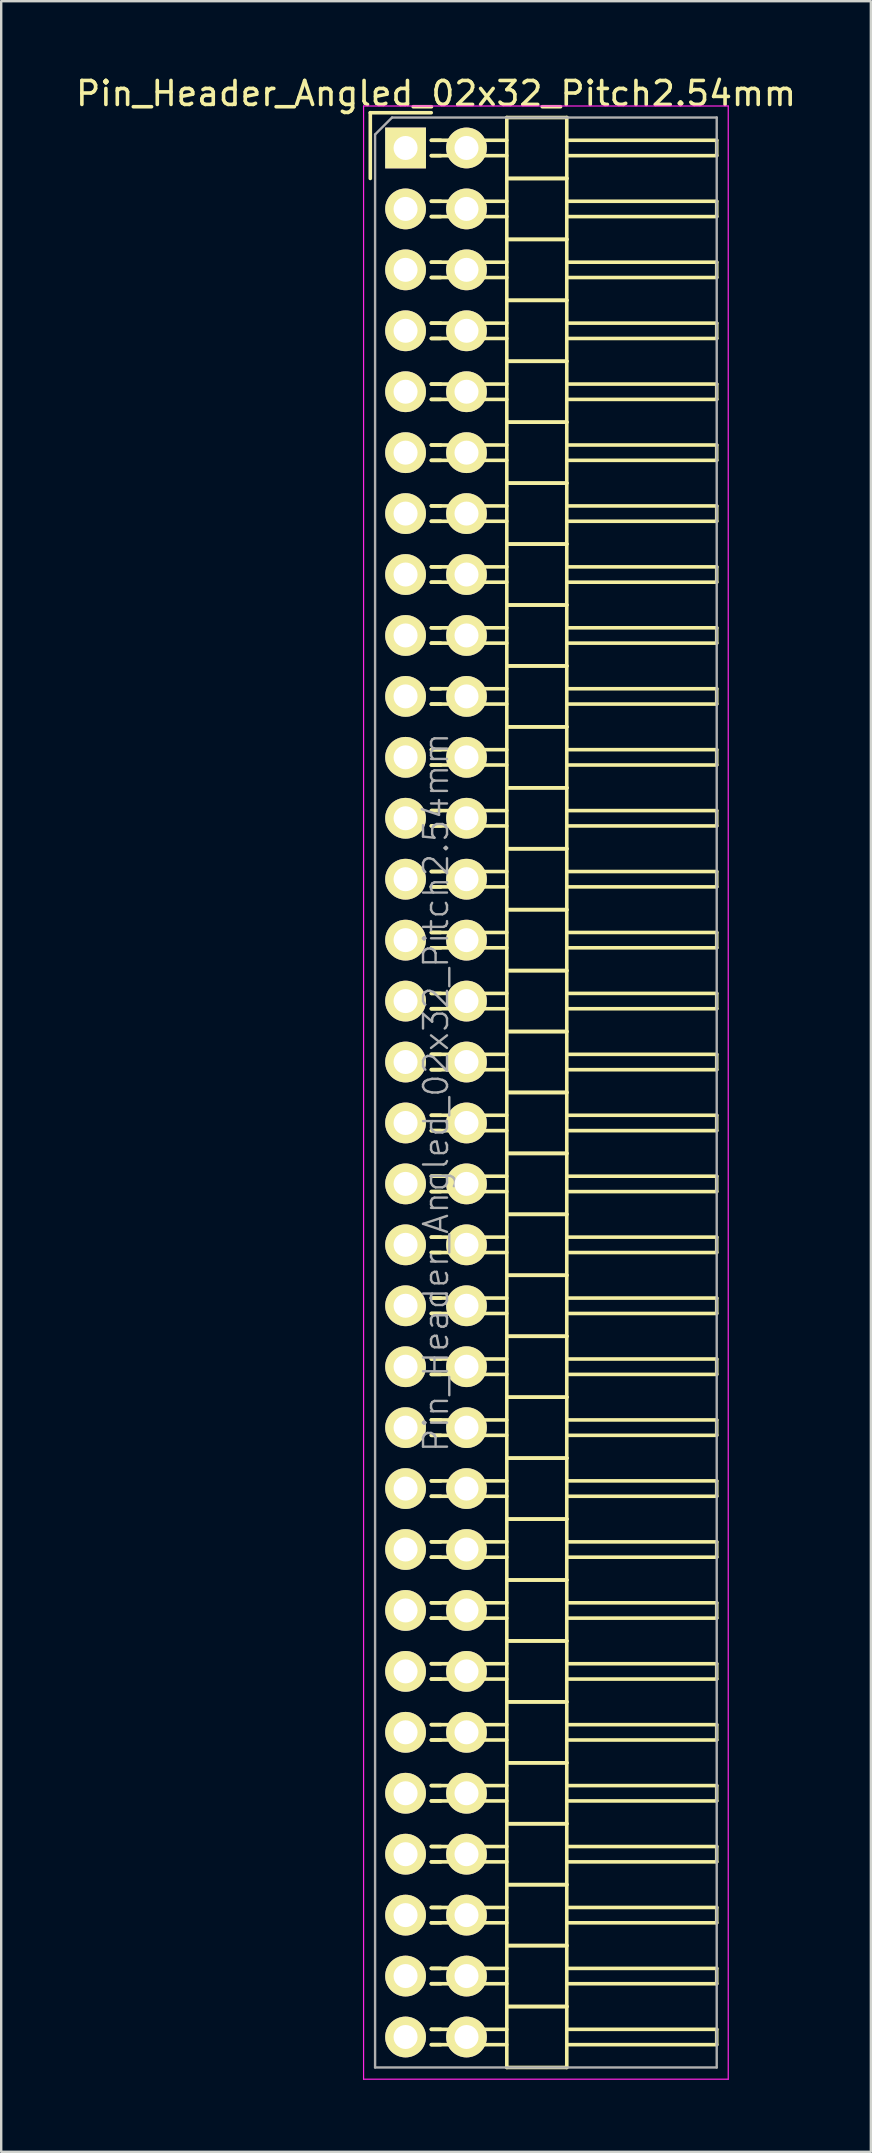
<source format=kicad_pcb>
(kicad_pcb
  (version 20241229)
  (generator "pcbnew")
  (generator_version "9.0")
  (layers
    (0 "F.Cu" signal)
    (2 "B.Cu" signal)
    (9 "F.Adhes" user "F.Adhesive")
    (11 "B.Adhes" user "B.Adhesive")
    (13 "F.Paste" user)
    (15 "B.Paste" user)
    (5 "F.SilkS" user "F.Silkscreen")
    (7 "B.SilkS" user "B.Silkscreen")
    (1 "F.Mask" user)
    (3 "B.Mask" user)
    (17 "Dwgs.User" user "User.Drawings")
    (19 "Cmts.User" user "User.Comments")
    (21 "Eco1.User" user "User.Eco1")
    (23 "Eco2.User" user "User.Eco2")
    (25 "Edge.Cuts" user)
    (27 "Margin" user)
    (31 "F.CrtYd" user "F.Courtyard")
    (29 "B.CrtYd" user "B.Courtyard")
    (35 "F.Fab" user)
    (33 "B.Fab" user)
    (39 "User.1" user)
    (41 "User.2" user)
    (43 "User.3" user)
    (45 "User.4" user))
  (footprint "Pin_Header_Angled_02x32_Pitch2.54mm"
    (layer "F.Cu")
    (at 13.855 3.118)
    (property "Reference" "Pin_Header_Angled_02x32_Pitch2.54mm" (at 1.27 -2.27 0) (layer "F.SilkS") (effects (font (size 1 1) (thickness 0.15))))
    (attr smd)
    (fp_line (start -1.47 -1.47) (end -1.47 1.27) (stroke (width 0.15) (type solid)) (layer "F.SilkS"))
    (fp_line (start -1.47 -1.47) (end 1.07 -1.47) (stroke (width 0.15) (type solid)) (layer "F.SilkS"))
    (fp_line (start 1.465 -0.32) (end 1.075 -0.32) (stroke (width 0.15) (type solid)) (layer "F.SilkS"))
    (fp_line (start 1.465 0.32) (end 1.075 0.32) (stroke (width 0.15) (type solid)) (layer "F.SilkS"))
    (fp_line (start 1.465 2.22) (end 1.075 2.22) (stroke (width 0.15) (type solid)) (layer "F.SilkS"))
    (fp_line (start 1.465 2.86) (end 1.075 2.86) (stroke (width 0.15) (type solid)) (layer "F.SilkS"))
    (fp_line (start 1.465 4.76) (end 1.075 4.76) (stroke (width 0.15) (type solid)) (layer "F.SilkS"))
    (fp_line (start 1.465 5.4) (end 1.075 5.4) (stroke (width 0.15) (type solid)) (layer "F.SilkS"))
    (fp_line (start 1.465 7.3) (end 1.075 7.3) (stroke (width 0.15) (type solid)) (layer "F.SilkS"))
    (fp_line (start 1.465 7.94) (end 1.075 7.94) (stroke (width 0.15) (type solid)) (layer "F.SilkS"))
    (fp_line (start 1.465 9.84) (end 1.075 9.84) (stroke (width 0.15) (type solid)) (layer "F.SilkS"))
    (fp_line (start 1.465 10.48) (end 1.075 10.48) (stroke (width 0.15) (type solid)) (layer "F.SilkS"))
    (fp_line (start 1.465 12.38) (end 1.075 12.38) (stroke (width 0.15) (type solid)) (layer "F.SilkS"))
    (fp_line (start 1.465 13.02) (end 1.075 13.02) (stroke (width 0.15) (type solid)) (layer "F.SilkS"))
    (fp_line (start 1.465 14.92) (end 1.075 14.92) (stroke (width 0.15) (type solid)) (layer "F.SilkS"))
    (fp_line (start 1.465 15.56) (end 1.075 15.56) (stroke (width 0.15) (type solid)) (layer "F.SilkS"))
    (fp_line (start 1.465 17.46) (end 1.075 17.46) (stroke (width 0.15) (type solid)) (layer "F.SilkS"))
    (fp_line (start 1.465 18.1) (end 1.075 18.1) (stroke (width 0.15) (type solid)) (layer "F.SilkS"))
    (fp_line (start 1.465 20) (end 1.075 20) (stroke (width 0.15) (type solid)) (layer "F.SilkS"))
    (fp_line (start 1.465 20.64) (end 1.075 20.64) (stroke (width 0.15) (type solid)) (layer "F.SilkS"))
    (fp_line (start 1.465 22.54) (end 1.075 22.54) (stroke (width 0.15) (type solid)) (layer "F.SilkS"))
    (fp_line (start 1.465 23.18) (end 1.075 23.18) (stroke (width 0.15) (type solid)) (layer "F.SilkS"))
    (fp_line (start 1.465 25.08) (end 1.075 25.08) (stroke (width 0.15) (type solid)) (layer "F.SilkS"))
    (fp_line (start 1.465 25.72) (end 1.075 25.72) (stroke (width 0.15) (type solid)) (layer "F.SilkS"))
    (fp_line (start 1.465 27.62) (end 1.075 27.62) (stroke (width 0.15) (type solid)) (layer "F.SilkS"))
    (fp_line (start 1.465 28.26) (end 1.075 28.26) (stroke (width 0.15) (type solid)) (layer "F.SilkS"))
    (fp_line (start 1.465 30.16) (end 1.075 30.16) (stroke (width 0.15) (type solid)) (layer "F.SilkS"))
    (fp_line (start 1.465 30.8) (end 1.075 30.8) (stroke (width 0.15) (type solid)) (layer "F.SilkS"))
    (fp_line (start 1.465 32.7) (end 1.075 32.7) (stroke (width 0.15) (type solid)) (layer "F.SilkS"))
    (fp_line (start 1.465 33.34) (end 1.075 33.34) (stroke (width 0.15) (type solid)) (layer "F.SilkS"))
    (fp_line (start 1.465 35.24) (end 1.075 35.24) (stroke (width 0.15) (type solid)) (layer "F.SilkS"))
    (fp_line (start 1.465 35.88) (end 1.075 35.88) (stroke (width 0.15) (type solid)) (layer "F.SilkS"))
    (fp_line (start 1.465 37.78) (end 1.075 37.78) (stroke (width 0.15) (type solid)) (layer "F.SilkS"))
    (fp_line (start 1.465 38.42) (end 1.075 38.42) (stroke (width 0.15) (type solid)) (layer "F.SilkS"))
    (fp_line (start 1.465 40.32) (end 1.075 40.32) (stroke (width 0.15) (type solid)) (layer "F.SilkS"))
    (fp_line (start 1.465 40.96) (end 1.075 40.96) (stroke (width 0.15) (type solid)) (layer "F.SilkS"))
    (fp_line (start 1.465 42.86) (end 1.075 42.86) (stroke (width 0.15) (type solid)) (layer "F.SilkS"))
    (fp_line (start 1.465 43.5) (end 1.075 43.5) (stroke (width 0.15) (type solid)) (layer "F.SilkS"))
    (fp_line (start 1.465 45.4) (end 1.075 45.4) (stroke (width 0.15) (type solid)) (layer "F.SilkS"))
    (fp_line (start 1.465 46.04) (end 1.075 46.04) (stroke (width 0.15) (type solid)) (layer "F.SilkS"))
    (fp_line (start 1.465 47.94) (end 1.075 47.94) (stroke (width 0.15) (type solid)) (layer "F.SilkS"))
    (fp_line (start 1.465 48.58) (end 1.075 48.58) (stroke (width 0.15) (type solid)) (layer "F.SilkS"))
    (fp_line (start 1.465 50.48) (end 1.075 50.48) (stroke (width 0.15) (type solid)) (layer "F.SilkS"))
    (fp_line (start 1.465 51.12) (end 1.075 51.12) (stroke (width 0.15) (type solid)) (layer "F.SilkS"))
    (fp_line (start 1.465 53.02) (end 1.075 53.02) (stroke (width 0.15) (type solid)) (layer "F.SilkS"))
    (fp_line (start 1.465 53.66) (end 1.075 53.66) (stroke (width 0.15) (type solid)) (layer "F.SilkS"))
    (fp_line (start 1.465 55.56) (end 1.075 55.56) (stroke (width 0.15) (type solid)) (layer "F.SilkS"))
    (fp_line (start 1.465 56.2) (end 1.075 56.2) (stroke (width 0.15) (type solid)) (layer "F.SilkS"))
    (fp_line (start 1.465 58.1) (end 1.075 58.1) (stroke (width 0.15) (type solid)) (layer "F.SilkS"))
    (fp_line (start 1.465 58.74) (end 1.075 58.74) (stroke (width 0.15) (type solid)) (layer "F.SilkS"))
    (fp_line (start 1.465 60.64) (end 1.075 60.64) (stroke (width 0.15) (type solid)) (layer "F.SilkS"))
    (fp_line (start 1.465 61.28) (end 1.075 61.28) (stroke (width 0.15) (type solid)) (layer "F.SilkS"))
    (fp_line (start 1.465 63.18) (end 1.075 63.18) (stroke (width 0.15) (type solid)) (layer "F.SilkS"))
    (fp_line (start 1.465 63.82) (end 1.075 63.82) (stroke (width 0.15) (type solid)) (layer "F.SilkS"))
    (fp_line (start 1.465 65.72) (end 1.075 65.72) (stroke (width 0.15) (type solid)) (layer "F.SilkS"))
    (fp_line (start 1.465 66.36) (end 1.075 66.36) (stroke (width 0.15) (type solid)) (layer "F.SilkS"))
    (fp_line (start 1.465 68.26) (end 1.075 68.26) (stroke (width 0.15) (type solid)) (layer "F.SilkS"))
    (fp_line (start 1.465 68.9) (end 1.075 68.9) (stroke (width 0.15) (type solid)) (layer "F.SilkS"))
    (fp_line (start 1.465 70.8) (end 1.075 70.8) (stroke (width 0.15) (type solid)) (layer "F.SilkS"))
    (fp_line (start 1.465 71.44) (end 1.075 71.44) (stroke (width 0.15) (type solid)) (layer "F.SilkS"))
    (fp_line (start 1.465 73.34) (end 1.075 73.34) (stroke (width 0.15) (type solid)) (layer "F.SilkS"))
    (fp_line (start 1.465 73.98) (end 1.075 73.98) (stroke (width 0.15) (type solid)) (layer "F.SilkS"))
    (fp_line (start 1.465 75.88) (end 1.075 75.88) (stroke (width 0.15) (type solid)) (layer "F.SilkS"))
    (fp_line (start 1.465 76.52) (end 1.075 76.52) (stroke (width 0.15) (type solid)) (layer "F.SilkS"))
    (fp_line (start 1.465 78.42) (end 1.075 78.42) (stroke (width 0.15) (type solid)) (layer "F.SilkS"))
    (fp_line (start 1.465 79.06) (end 1.075 79.06) (stroke (width 0.15) (type solid)) (layer "F.SilkS"))
    (fp_line (start 4.22 -0.32) (end 1.075 -0.32) (stroke (width 0.15) (type solid)) (layer "F.SilkS"))
    (fp_line (start 4.22 0.32) (end 1.075 0.32) (stroke (width 0.15) (type solid)) (layer "F.SilkS"))
    (fp_line (start 4.22 1.27) (end 4.22 -1.27) (stroke (width 0.15) (type solid)) (layer "F.SilkS"))
    (fp_line (start 4.22 2.22) (end 1.075 2.22) (stroke (width 0.15) (type solid)) (layer "F.SilkS"))
    (fp_line (start 4.22 2.86) (end 1.075 2.86) (stroke (width 0.15) (type solid)) (layer "F.SilkS"))
    (fp_line (start 4.22 3.81) (end 4.22 1.27) (stroke (width 0.15) (type solid)) (layer "F.SilkS"))
    (fp_line (start 4.22 4.76) (end 1.075 4.76) (stroke (width 0.15) (type solid)) (layer "F.SilkS"))
    (fp_line (start 4.22 5.4) (end 1.075 5.4) (stroke (width 0.15) (type solid)) (layer "F.SilkS"))
    (fp_line (start 4.22 6.35) (end 4.22 3.81) (stroke (width 0.15) (type solid)) (layer "F.SilkS"))
    (fp_line (start 4.22 7.3) (end 1.075 7.3) (stroke (width 0.15) (type solid)) (layer "F.SilkS"))
    (fp_line (start 4.22 7.94) (end 1.075 7.94) (stroke (width 0.15) (type solid)) (layer "F.SilkS"))
    (fp_line (start 4.22 8.89) (end 4.22 6.35) (stroke (width 0.15) (type solid)) (layer "F.SilkS"))
    (fp_line (start 4.22 9.84) (end 1.075 9.84) (stroke (width 0.15) (type solid)) (layer "F.SilkS"))
    (fp_line (start 4.22 10.48) (end 1.075 10.48) (stroke (width 0.15) (type solid)) (layer "F.SilkS"))
    (fp_line (start 4.22 11.43) (end 4.22 8.89) (stroke (width 0.15) (type solid)) (layer "F.SilkS"))
    (fp_line (start 4.22 12.38) (end 1.075 12.38) (stroke (width 0.15) (type solid)) (layer "F.SilkS"))
    (fp_line (start 4.22 13.02) (end 1.075 13.02) (stroke (width 0.15) (type solid)) (layer "F.SilkS"))
    (fp_line (start 4.22 13.97) (end 4.22 11.43) (stroke (width 0.15) (type solid)) (layer "F.SilkS"))
    (fp_line (start 4.22 14.92) (end 1.075 14.92) (stroke (width 0.15) (type solid)) (layer "F.SilkS"))
    (fp_line (start 4.22 15.56) (end 1.075 15.56) (stroke (width 0.15) (type solid)) (layer "F.SilkS"))
    (fp_line (start 4.22 16.51) (end 4.22 13.97) (stroke (width 0.15) (type solid)) (layer "F.SilkS"))
    (fp_line (start 4.22 17.46) (end 1.075 17.46) (stroke (width 0.15) (type solid)) (layer "F.SilkS"))
    (fp_line (start 4.22 18.1) (end 1.075 18.1) (stroke (width 0.15) (type solid)) (layer "F.SilkS"))
    (fp_line (start 4.22 19.05) (end 4.22 16.51) (stroke (width 0.15) (type solid)) (layer "F.SilkS"))
    (fp_line (start 4.22 20) (end 1.075 20) (stroke (width 0.15) (type solid)) (layer "F.SilkS"))
    (fp_line (start 4.22 20.64) (end 1.075 20.64) (stroke (width 0.15) (type solid)) (layer "F.SilkS"))
    (fp_line (start 4.22 21.59) (end 4.22 19.05) (stroke (width 0.15) (type solid)) (layer "F.SilkS"))
    (fp_line (start 4.22 22.54) (end 1.075 22.54) (stroke (width 0.15) (type solid)) (layer "F.SilkS"))
    (fp_line (start 4.22 23.18) (end 1.075 23.18) (stroke (width 0.15) (type solid)) (layer "F.SilkS"))
    (fp_line (start 4.22 24.13) (end 4.22 21.59) (stroke (width 0.15) (type solid)) (layer "F.SilkS"))
    (fp_line (start 4.22 25.08) (end 1.075 25.08) (stroke (width 0.15) (type solid)) (layer "F.SilkS"))
    (fp_line (start 4.22 25.72) (end 1.075 25.72) (stroke (width 0.15) (type solid)) (layer "F.SilkS"))
    (fp_line (start 4.22 26.67) (end 4.22 24.13) (stroke (width 0.15) (type solid)) (layer "F.SilkS"))
    (fp_line (start 4.22 27.62) (end 1.075 27.62) (stroke (width 0.15) (type solid)) (layer "F.SilkS"))
    (fp_line (start 4.22 28.26) (end 1.075 28.26) (stroke (width 0.15) (type solid)) (layer "F.SilkS"))
    (fp_line (start 4.22 29.21) (end 4.22 26.67) (stroke (width 0.15) (type solid)) (layer "F.SilkS"))
    (fp_line (start 4.22 30.16) (end 1.075 30.16) (stroke (width 0.15) (type solid)) (layer "F.SilkS"))
    (fp_line (start 4.22 30.8) (end 1.075 30.8) (stroke (width 0.15) (type solid)) (layer "F.SilkS"))
    (fp_line (start 4.22 31.75) (end 4.22 29.21) (stroke (width 0.15) (type solid)) (layer "F.SilkS"))
    (fp_line (start 4.22 32.7) (end 1.075 32.7) (stroke (width 0.15) (type solid)) (layer "F.SilkS"))
    (fp_line (start 4.22 33.34) (end 1.075 33.34) (stroke (width 0.15) (type solid)) (layer "F.SilkS"))
    (fp_line (start 4.22 34.29) (end 4.22 31.75) (stroke (width 0.15) (type solid)) (layer "F.SilkS"))
    (fp_line (start 4.22 35.24) (end 1.075 35.24) (stroke (width 0.15) (type solid)) (layer "F.SilkS"))
    (fp_line (start 4.22 35.88) (end 1.075 35.88) (stroke (width 0.15) (type solid)) (layer "F.SilkS"))
    (fp_line (start 4.22 36.83) (end 4.22 34.29) (stroke (width 0.15) (type solid)) (layer "F.SilkS"))
    (fp_line (start 4.22 37.78) (end 1.075 37.78) (stroke (width 0.15) (type solid)) (layer "F.SilkS"))
    (fp_line (start 4.22 38.42) (end 1.075 38.42) (stroke (width 0.15) (type solid)) (layer "F.SilkS"))
    (fp_line (start 4.22 39.37) (end 4.22 36.83) (stroke (width 0.15) (type solid)) (layer "F.SilkS"))
    (fp_line (start 4.22 40.32) (end 1.075 40.32) (stroke (width 0.15) (type solid)) (layer "F.SilkS"))
    (fp_line (start 4.22 40.96) (end 1.075 40.96) (stroke (width 0.15) (type solid)) (layer "F.SilkS"))
    (fp_line (start 4.22 41.91) (end 4.22 39.37) (stroke (width 0.15) (type solid)) (layer "F.SilkS"))
    (fp_line (start 4.22 42.86) (end 1.075 42.86) (stroke (width 0.15) (type solid)) (layer "F.SilkS"))
    (fp_line (start 4.22 43.5) (end 1.075 43.5) (stroke (width 0.15) (type solid)) (layer "F.SilkS"))
    (fp_line (start 4.22 44.45) (end 4.22 41.91) (stroke (width 0.15) (type solid)) (layer "F.SilkS"))
    (fp_line (start 4.22 45.4) (end 1.075 45.4) (stroke (width 0.15) (type solid)) (layer "F.SilkS"))
    (fp_line (start 4.22 46.04) (end 1.075 46.04) (stroke (width 0.15) (type solid)) (layer "F.SilkS"))
    (fp_line (start 4.22 46.99) (end 4.22 44.45) (stroke (width 0.15) (type solid)) (layer "F.SilkS"))
    (fp_line (start 4.22 47.94) (end 1.075 47.94) (stroke (width 0.15) (type solid)) (layer "F.SilkS"))
    (fp_line (start 4.22 48.58) (end 1.075 48.58) (stroke (width 0.15) (type solid)) (layer "F.SilkS"))
    (fp_line (start 4.22 49.53) (end 4.22 46.99) (stroke (width 0.15) (type solid)) (layer "F.SilkS"))
    (fp_line (start 4.22 50.48) (end 1.075 50.48) (stroke (width 0.15) (type solid)) (layer "F.SilkS"))
    (fp_line (start 4.22 51.12) (end 1.075 51.12) (stroke (width 0.15) (type solid)) (layer "F.SilkS"))
    (fp_line (start 4.22 52.07) (end 4.22 49.53) (stroke (width 0.15) (type solid)) (layer "F.SilkS"))
    (fp_line (start 4.22 53.02) (end 1.075 53.02) (stroke (width 0.15) (type solid)) (layer "F.SilkS"))
    (fp_line (start 4.22 53.66) (end 1.075 53.66) (stroke (width 0.15) (type solid)) (layer "F.SilkS"))
    (fp_line (start 4.22 54.61) (end 4.22 52.07) (stroke (width 0.15) (type solid)) (layer "F.SilkS"))
    (fp_line (start 4.22 55.56) (end 1.075 55.56) (stroke (width 0.15) (type solid)) (layer "F.SilkS"))
    (fp_line (start 4.22 56.2) (end 1.075 56.2) (stroke (width 0.15) (type solid)) (layer "F.SilkS"))
    (fp_line (start 4.22 57.15) (end 4.22 54.61) (stroke (width 0.15) (type solid)) (layer "F.SilkS"))
    (fp_line (start 4.22 58.1) (end 1.075 58.1) (stroke (width 0.15) (type solid)) (layer "F.SilkS"))
    (fp_line (start 4.22 58.74) (end 1.075 58.74) (stroke (width 0.15) (type solid)) (layer "F.SilkS"))
    (fp_line (start 4.22 59.69) (end 4.22 57.15) (stroke (width 0.15) (type solid)) (layer "F.SilkS"))
    (fp_line (start 4.22 60.64) (end 1.075 60.64) (stroke (width 0.15) (type solid)) (layer "F.SilkS"))
    (fp_line (start 4.22 61.28) (end 1.075 61.28) (stroke (width 0.15) (type solid)) (layer "F.SilkS"))
    (fp_line (start 4.22 62.23) (end 4.22 59.69) (stroke (width 0.15) (type solid)) (layer "F.SilkS"))
    (fp_line (start 4.22 63.18) (end 1.075 63.18) (stroke (width 0.15) (type solid)) (layer "F.SilkS"))
    (fp_line (start 4.22 63.82) (end 1.075 63.82) (stroke (width 0.15) (type solid)) (layer "F.SilkS"))
    (fp_line (start 4.22 64.77) (end 4.22 62.23) (stroke (width 0.15) (type solid)) (layer "F.SilkS"))
    (fp_line (start 4.22 65.72) (end 1.075 65.72) (stroke (width 0.15) (type solid)) (layer "F.SilkS"))
    (fp_line (start 4.22 66.36) (end 1.075 66.36) (stroke (width 0.15) (type solid)) (layer "F.SilkS"))
    (fp_line (start 4.22 67.31) (end 4.22 64.77) (stroke (width 0.15) (type solid)) (layer "F.SilkS"))
    (fp_line (start 4.22 68.26) (end 1.075 68.26) (stroke (width 0.15) (type solid)) (layer "F.SilkS"))
    (fp_line (start 4.22 68.9) (end 1.075 68.9) (stroke (width 0.15) (type solid)) (layer "F.SilkS"))
    (fp_line (start 4.22 69.85) (end 4.22 67.31) (stroke (width 0.15) (type solid)) (layer "F.SilkS"))
    (fp_line (start 4.22 70.8) (end 1.075 70.8) (stroke (width 0.15) (type solid)) (layer "F.SilkS"))
    (fp_line (start 4.22 71.44) (end 1.075 71.44) (stroke (width 0.15) (type solid)) (layer "F.SilkS"))
    (fp_line (start 4.22 72.39) (end 4.22 69.85) (stroke (width 0.15) (type solid)) (layer "F.SilkS"))
    (fp_line (start 4.22 73.34) (end 1.075 73.34) (stroke (width 0.15) (type solid)) (layer "F.SilkS"))
    (fp_line (start 4.22 73.98) (end 1.075 73.98) (stroke (width 0.15) (type solid)) (layer "F.SilkS"))
    (fp_line (start 4.22 74.93) (end 4.22 72.39) (stroke (width 0.15) (type solid)) (layer "F.SilkS"))
    (fp_line (start 4.22 75.88) (end 1.075 75.88) (stroke (width 0.15) (type solid)) (layer "F.SilkS"))
    (fp_line (start 4.22 76.52) (end 1.075 76.52) (stroke (width 0.15) (type solid)) (layer "F.SilkS"))
    (fp_line (start 4.22 77.47) (end 4.22 74.93) (stroke (width 0.15) (type solid)) (layer "F.SilkS"))
    (fp_line (start 4.22 78.42) (end 1.075 78.42) (stroke (width 0.15) (type solid)) (layer "F.SilkS"))
    (fp_line (start 4.22 79.06) (end 1.075 79.06) (stroke (width 0.15) (type solid)) (layer "F.SilkS"))
    (fp_line (start 4.22 80.01) (end 4.22 77.47) (stroke (width 0.15) (type solid)) (layer "F.SilkS"))
    (fp_line (start 6.72 -1.27) (end 4.22 -1.27) (stroke (width 0.15) (type solid)) (layer "F.SilkS"))
    (fp_line (start 6.72 -0.32) (end 12.97 -0.32) (stroke (width 0.15) (type solid)) (layer "F.SilkS"))
    (fp_line (start 6.72 0.32) (end 12.97 0.32) (stroke (width 0.15) (type solid)) (layer "F.SilkS"))
    (fp_line (start 6.72 1.27) (end 4.22 1.27) (stroke (width 0.15) (type solid)) (layer "F.SilkS"))
    (fp_line (start 6.72 1.27) (end 4.22 1.27) (stroke (width 0.15) (type solid)) (layer "F.SilkS"))
    (fp_line (start 6.72 1.27) (end 6.72 -1.27) (stroke (width 0.15) (type solid)) (layer "F.SilkS"))
    (fp_line (start 6.72 2.22) (end 12.97 2.22) (stroke (width 0.15) (type solid)) (layer "F.SilkS"))
    (fp_line (start 6.72 2.86) (end 12.97 2.86) (stroke (width 0.15) (type solid)) (layer "F.SilkS"))
    (fp_line (start 6.72 3.81) (end 4.22 3.81) (stroke (width 0.15) (type solid)) (layer "F.SilkS"))
    (fp_line (start 6.72 3.81) (end 4.22 3.81) (stroke (width 0.15) (type solid)) (layer "F.SilkS"))
    (fp_line (start 6.72 3.81) (end 6.72 1.27) (stroke (width 0.15) (type solid)) (layer "F.SilkS"))
    (fp_line (start 6.72 4.76) (end 12.97 4.76) (stroke (width 0.15) (type solid)) (layer "F.SilkS"))
    (fp_line (start 6.72 5.4) (end 12.97 5.4) (stroke (width 0.15) (type solid)) (layer "F.SilkS"))
    (fp_line (start 6.72 6.35) (end 4.22 6.35) (stroke (width 0.15) (type solid)) (layer "F.SilkS"))
    (fp_line (start 6.72 6.35) (end 4.22 6.35) (stroke (width 0.15) (type solid)) (layer "F.SilkS"))
    (fp_line (start 6.72 6.35) (end 6.72 3.81) (stroke (width 0.15) (type solid)) (layer "F.SilkS"))
    (fp_line (start 6.72 7.3) (end 12.97 7.3) (stroke (width 0.15) (type solid)) (layer "F.SilkS"))
    (fp_line (start 6.72 7.94) (end 12.97 7.94) (stroke (width 0.15) (type solid)) (layer "F.SilkS"))
    (fp_line (start 6.72 8.89) (end 4.22 8.89) (stroke (width 0.15) (type solid)) (layer "F.SilkS"))
    (fp_line (start 6.72 8.89) (end 4.22 8.89) (stroke (width 0.15) (type solid)) (layer "F.SilkS"))
    (fp_line (start 6.72 8.89) (end 6.72 6.35) (stroke (width 0.15) (type solid)) (layer "F.SilkS"))
    (fp_line (start 6.72 9.84) (end 12.97 9.84) (stroke (width 0.15) (type solid)) (layer "F.SilkS"))
    (fp_line (start 6.72 10.48) (end 12.97 10.48) (stroke (width 0.15) (type solid)) (layer "F.SilkS"))
    (fp_line (start 6.72 11.43) (end 4.22 11.43) (stroke (width 0.15) (type solid)) (layer "F.SilkS"))
    (fp_line (start 6.72 11.43) (end 4.22 11.43) (stroke (width 0.15) (type solid)) (layer "F.SilkS"))
    (fp_line (start 6.72 11.43) (end 6.72 8.89) (stroke (width 0.15) (type solid)) (layer "F.SilkS"))
    (fp_line (start 6.72 12.38) (end 12.97 12.38) (stroke (width 0.15) (type solid)) (layer "F.SilkS"))
    (fp_line (start 6.72 13.02) (end 12.97 13.02) (stroke (width 0.15) (type solid)) (layer "F.SilkS"))
    (fp_line (start 6.72 13.97) (end 4.22 13.97) (stroke (width 0.15) (type solid)) (layer "F.SilkS"))
    (fp_line (start 6.72 13.97) (end 4.22 13.97) (stroke (width 0.15) (type solid)) (layer "F.SilkS"))
    (fp_line (start 6.72 13.97) (end 6.72 11.43) (stroke (width 0.15) (type solid)) (layer "F.SilkS"))
    (fp_line (start 6.72 14.92) (end 12.97 14.92) (stroke (width 0.15) (type solid)) (layer "F.SilkS"))
    (fp_line (start 6.72 15.56) (end 12.97 15.56) (stroke (width 0.15) (type solid)) (layer "F.SilkS"))
    (fp_line (start 6.72 16.51) (end 4.22 16.51) (stroke (width 0.15) (type solid)) (layer "F.SilkS"))
    (fp_line (start 6.72 16.51) (end 4.22 16.51) (stroke (width 0.15) (type solid)) (layer "F.SilkS"))
    (fp_line (start 6.72 16.51) (end 6.72 13.97) (stroke (width 0.15) (type solid)) (layer "F.SilkS"))
    (fp_line (start 6.72 17.46) (end 12.97 17.46) (stroke (width 0.15) (type solid)) (layer "F.SilkS"))
    (fp_line (start 6.72 18.1) (end 12.97 18.1) (stroke (width 0.15) (type solid)) (layer "F.SilkS"))
    (fp_line (start 6.72 19.05) (end 4.22 19.05) (stroke (width 0.15) (type solid)) (layer "F.SilkS"))
    (fp_line (start 6.72 19.05) (end 4.22 19.05) (stroke (width 0.15) (type solid)) (layer "F.SilkS"))
    (fp_line (start 6.72 19.05) (end 6.72 16.51) (stroke (width 0.15) (type solid)) (layer "F.SilkS"))
    (fp_line (start 6.72 20) (end 12.97 20) (stroke (width 0.15) (type solid)) (layer "F.SilkS"))
    (fp_line (start 6.72 20.64) (end 12.97 20.64) (stroke (width 0.15) (type solid)) (layer "F.SilkS"))
    (fp_line (start 6.72 21.59) (end 4.22 21.59) (stroke (width 0.15) (type solid)) (layer "F.SilkS"))
    (fp_line (start 6.72 21.59) (end 4.22 21.59) (stroke (width 0.15) (type solid)) (layer "F.SilkS"))
    (fp_line (start 6.72 21.59) (end 6.72 19.05) (stroke (width 0.15) (type solid)) (layer "F.SilkS"))
    (fp_line (start 6.72 22.54) (end 12.97 22.54) (stroke (width 0.15) (type solid)) (layer "F.SilkS"))
    (fp_line (start 6.72 23.18) (end 12.97 23.18) (stroke (width 0.15) (type solid)) (layer "F.SilkS"))
    (fp_line (start 6.72 24.13) (end 4.22 24.13) (stroke (width 0.15) (type solid)) (layer "F.SilkS"))
    (fp_line (start 6.72 24.13) (end 4.22 24.13) (stroke (width 0.15) (type solid)) (layer "F.SilkS"))
    (fp_line (start 6.72 24.13) (end 6.72 21.59) (stroke (width 0.15) (type solid)) (layer "F.SilkS"))
    (fp_line (start 6.72 25.08) (end 12.97 25.08) (stroke (width 0.15) (type solid)) (layer "F.SilkS"))
    (fp_line (start 6.72 25.72) (end 12.97 25.72) (stroke (width 0.15) (type solid)) (layer "F.SilkS"))
    (fp_line (start 6.72 26.67) (end 4.22 26.67) (stroke (width 0.15) (type solid)) (layer "F.SilkS"))
    (fp_line (start 6.72 26.67) (end 4.22 26.67) (stroke (width 0.15) (type solid)) (layer "F.SilkS"))
    (fp_line (start 6.72 26.67) (end 6.72 24.13) (stroke (width 0.15) (type solid)) (layer "F.SilkS"))
    (fp_line (start 6.72 27.62) (end 12.97 27.62) (stroke (width 0.15) (type solid)) (layer "F.SilkS"))
    (fp_line (start 6.72 28.26) (end 12.97 28.26) (stroke (width 0.15) (type solid)) (layer "F.SilkS"))
    (fp_line (start 6.72 29.21) (end 4.22 29.21) (stroke (width 0.15) (type solid)) (layer "F.SilkS"))
    (fp_line (start 6.72 29.21) (end 4.22 29.21) (stroke (width 0.15) (type solid)) (layer "F.SilkS"))
    (fp_line (start 6.72 29.21) (end 6.72 26.67) (stroke (width 0.15) (type solid)) (layer "F.SilkS"))
    (fp_line (start 6.72 30.16) (end 12.97 30.16) (stroke (width 0.15) (type solid)) (layer "F.SilkS"))
    (fp_line (start 6.72 30.8) (end 12.97 30.8) (stroke (width 0.15) (type solid)) (layer "F.SilkS"))
    (fp_line (start 6.72 31.75) (end 4.22 31.75) (stroke (width 0.15) (type solid)) (layer "F.SilkS"))
    (fp_line (start 6.72 31.75) (end 4.22 31.75) (stroke (width 0.15) (type solid)) (layer "F.SilkS"))
    (fp_line (start 6.72 31.75) (end 6.72 29.21) (stroke (width 0.15) (type solid)) (layer "F.SilkS"))
    (fp_line (start 6.72 32.7) (end 12.97 32.7) (stroke (width 0.15) (type solid)) (layer "F.SilkS"))
    (fp_line (start 6.72 33.34) (end 12.97 33.34) (stroke (width 0.15) (type solid)) (layer "F.SilkS"))
    (fp_line (start 6.72 34.29) (end 4.22 34.29) (stroke (width 0.15) (type solid)) (layer "F.SilkS"))
    (fp_line (start 6.72 34.29) (end 4.22 34.29) (stroke (width 0.15) (type solid)) (layer "F.SilkS"))
    (fp_line (start 6.72 34.29) (end 6.72 31.75) (stroke (width 0.15) (type solid)) (layer "F.SilkS"))
    (fp_line (start 6.72 35.24) (end 12.97 35.24) (stroke (width 0.15) (type solid)) (layer "F.SilkS"))
    (fp_line (start 6.72 35.88) (end 12.97 35.88) (stroke (width 0.15) (type solid)) (layer "F.SilkS"))
    (fp_line (start 6.72 36.83) (end 4.22 36.83) (stroke (width 0.15) (type solid)) (layer "F.SilkS"))
    (fp_line (start 6.72 36.83) (end 4.22 36.83) (stroke (width 0.15) (type solid)) (layer "F.SilkS"))
    (fp_line (start 6.72 36.83) (end 6.72 34.29) (stroke (width 0.15) (type solid)) (layer "F.SilkS"))
    (fp_line (start 6.72 37.78) (end 12.97 37.78) (stroke (width 0.15) (type solid)) (layer "F.SilkS"))
    (fp_line (start 6.72 38.42) (end 12.97 38.42) (stroke (width 0.15) (type solid)) (layer "F.SilkS"))
    (fp_line (start 6.72 39.37) (end 4.22 39.37) (stroke (width 0.15) (type solid)) (layer "F.SilkS"))
    (fp_line (start 6.72 39.37) (end 4.22 39.37) (stroke (width 0.15) (type solid)) (layer "F.SilkS"))
    (fp_line (start 6.72 39.37) (end 6.72 36.83) (stroke (width 0.15) (type solid)) (layer "F.SilkS"))
    (fp_line (start 6.72 40.32) (end 12.97 40.32) (stroke (width 0.15) (type solid)) (layer "F.SilkS"))
    (fp_line (start 6.72 40.96) (end 12.97 40.96) (stroke (width 0.15) (type solid)) (layer "F.SilkS"))
    (fp_line (start 6.72 41.91) (end 4.22 41.91) (stroke (width 0.15) (type solid)) (layer "F.SilkS"))
    (fp_line (start 6.72 41.91) (end 4.22 41.91) (stroke (width 0.15) (type solid)) (layer "F.SilkS"))
    (fp_line (start 6.72 41.91) (end 6.72 39.37) (stroke (width 0.15) (type solid)) (layer "F.SilkS"))
    (fp_line (start 6.72 42.86) (end 12.97 42.86) (stroke (width 0.15) (type solid)) (layer "F.SilkS"))
    (fp_line (start 6.72 43.5) (end 12.97 43.5) (stroke (width 0.15) (type solid)) (layer "F.SilkS"))
    (fp_line (start 6.72 44.45) (end 4.22 44.45) (stroke (width 0.15) (type solid)) (layer "F.SilkS"))
    (fp_line (start 6.72 44.45) (end 4.22 44.45) (stroke (width 0.15) (type solid)) (layer "F.SilkS"))
    (fp_line (start 6.72 44.45) (end 6.72 41.91) (stroke (width 0.15) (type solid)) (layer "F.SilkS"))
    (fp_line (start 6.72 45.4) (end 12.97 45.4) (stroke (width 0.15) (type solid)) (layer "F.SilkS"))
    (fp_line (start 6.72 46.04) (end 12.97 46.04) (stroke (width 0.15) (type solid)) (layer "F.SilkS"))
    (fp_line (start 6.72 46.99) (end 4.22 46.99) (stroke (width 0.15) (type solid)) (layer "F.SilkS"))
    (fp_line (start 6.72 46.99) (end 4.22 46.99) (stroke (width 0.15) (type solid)) (layer "F.SilkS"))
    (fp_line (start 6.72 46.99) (end 6.72 44.45) (stroke (width 0.15) (type solid)) (layer "F.SilkS"))
    (fp_line (start 6.72 47.94) (end 12.97 47.94) (stroke (width 0.15) (type solid)) (layer "F.SilkS"))
    (fp_line (start 6.72 48.58) (end 12.97 48.58) (stroke (width 0.15) (type solid)) (layer "F.SilkS"))
    (fp_line (start 6.72 49.53) (end 4.22 49.53) (stroke (width 0.15) (type solid)) (layer "F.SilkS"))
    (fp_line (start 6.72 49.53) (end 4.22 49.53) (stroke (width 0.15) (type solid)) (layer "F.SilkS"))
    (fp_line (start 6.72 49.53) (end 6.72 46.99) (stroke (width 0.15) (type solid)) (layer "F.SilkS"))
    (fp_line (start 6.72 50.48) (end 12.97 50.48) (stroke (width 0.15) (type solid)) (layer "F.SilkS"))
    (fp_line (start 6.72 51.12) (end 12.97 51.12) (stroke (width 0.15) (type solid)) (layer "F.SilkS"))
    (fp_line (start 6.72 52.07) (end 4.22 52.07) (stroke (width 0.15) (type solid)) (layer "F.SilkS"))
    (fp_line (start 6.72 52.07) (end 4.22 52.07) (stroke (width 0.15) (type solid)) (layer "F.SilkS"))
    (fp_line (start 6.72 52.07) (end 6.72 49.53) (stroke (width 0.15) (type solid)) (layer "F.SilkS"))
    (fp_line (start 6.72 53.02) (end 12.97 53.02) (stroke (width 0.15) (type solid)) (layer "F.SilkS"))
    (fp_line (start 6.72 53.66) (end 12.97 53.66) (stroke (width 0.15) (type solid)) (layer "F.SilkS"))
    (fp_line (start 6.72 54.61) (end 4.22 54.61) (stroke (width 0.15) (type solid)) (layer "F.SilkS"))
    (fp_line (start 6.72 54.61) (end 4.22 54.61) (stroke (width 0.15) (type solid)) (layer "F.SilkS"))
    (fp_line (start 6.72 54.61) (end 6.72 52.07) (stroke (width 0.15) (type solid)) (layer "F.SilkS"))
    (fp_line (start 6.72 55.56) (end 12.97 55.56) (stroke (width 0.15) (type solid)) (layer "F.SilkS"))
    (fp_line (start 6.72 56.2) (end 12.97 56.2) (stroke (width 0.15) (type solid)) (layer "F.SilkS"))
    (fp_line (start 6.72 57.15) (end 4.22 57.15) (stroke (width 0.15) (type solid)) (layer "F.SilkS"))
    (fp_line (start 6.72 57.15) (end 4.22 57.15) (stroke (width 0.15) (type solid)) (layer "F.SilkS"))
    (fp_line (start 6.72 57.15) (end 6.72 54.61) (stroke (width 0.15) (type solid)) (layer "F.SilkS"))
    (fp_line (start 6.72 58.1) (end 12.97 58.1) (stroke (width 0.15) (type solid)) (layer "F.SilkS"))
    (fp_line (start 6.72 58.74) (end 12.97 58.74) (stroke (width 0.15) (type solid)) (layer "F.SilkS"))
    (fp_line (start 6.72 59.69) (end 4.22 59.69) (stroke (width 0.15) (type solid)) (layer "F.SilkS"))
    (fp_line (start 6.72 59.69) (end 4.22 59.69) (stroke (width 0.15) (type solid)) (layer "F.SilkS"))
    (fp_line (start 6.72 59.69) (end 6.72 57.15) (stroke (width 0.15) (type solid)) (layer "F.SilkS"))
    (fp_line (start 6.72 60.64) (end 12.97 60.64) (stroke (width 0.15) (type solid)) (layer "F.SilkS"))
    (fp_line (start 6.72 61.28) (end 12.97 61.28) (stroke (width 0.15) (type solid)) (layer "F.SilkS"))
    (fp_line (start 6.72 62.23) (end 4.22 62.23) (stroke (width 0.15) (type solid)) (layer "F.SilkS"))
    (fp_line (start 6.72 62.23) (end 4.22 62.23) (stroke (width 0.15) (type solid)) (layer "F.SilkS"))
    (fp_line (start 6.72 62.23) (end 6.72 59.69) (stroke (width 0.15) (type solid)) (layer "F.SilkS"))
    (fp_line (start 6.72 63.18) (end 12.97 63.18) (stroke (width 0.15) (type solid)) (layer "F.SilkS"))
    (fp_line (start 6.72 63.82) (end 12.97 63.82) (stroke (width 0.15) (type solid)) (layer "F.SilkS"))
    (fp_line (start 6.72 64.77) (end 4.22 64.77) (stroke (width 0.15) (type solid)) (layer "F.SilkS"))
    (fp_line (start 6.72 64.77) (end 4.22 64.77) (stroke (width 0.15) (type solid)) (layer "F.SilkS"))
    (fp_line (start 6.72 64.77) (end 6.72 62.23) (stroke (width 0.15) (type solid)) (layer "F.SilkS"))
    (fp_line (start 6.72 65.72) (end 12.97 65.72) (stroke (width 0.15) (type solid)) (layer "F.SilkS"))
    (fp_line (start 6.72 66.36) (end 12.97 66.36) (stroke (width 0.15) (type solid)) (layer "F.SilkS"))
    (fp_line (start 6.72 67.31) (end 4.22 67.31) (stroke (width 0.15) (type solid)) (layer "F.SilkS"))
    (fp_line (start 6.72 67.31) (end 4.22 67.31) (stroke (width 0.15) (type solid)) (layer "F.SilkS"))
    (fp_line (start 6.72 67.31) (end 6.72 64.77) (stroke (width 0.15) (type solid)) (layer "F.SilkS"))
    (fp_line (start 6.72 68.26) (end 12.97 68.26) (stroke (width 0.15) (type solid)) (layer "F.SilkS"))
    (fp_line (start 6.72 68.9) (end 12.97 68.9) (stroke (width 0.15) (type solid)) (layer "F.SilkS"))
    (fp_line (start 6.72 69.85) (end 4.22 69.85) (stroke (width 0.15) (type solid)) (layer "F.SilkS"))
    (fp_line (start 6.72 69.85) (end 4.22 69.85) (stroke (width 0.15) (type solid)) (layer "F.SilkS"))
    (fp_line (start 6.72 69.85) (end 6.72 67.31) (stroke (width 0.15) (type solid)) (layer "F.SilkS"))
    (fp_line (start 6.72 70.8) (end 12.97 70.8) (stroke (width 0.15) (type solid)) (layer "F.SilkS"))
    (fp_line (start 6.72 71.44) (end 12.97 71.44) (stroke (width 0.15) (type solid)) (layer "F.SilkS"))
    (fp_line (start 6.72 72.39) (end 4.22 72.39) (stroke (width 0.15) (type solid)) (layer "F.SilkS"))
    (fp_line (start 6.72 72.39) (end 4.22 72.39) (stroke (width 0.15) (type solid)) (layer "F.SilkS"))
    (fp_line (start 6.72 72.39) (end 6.72 69.85) (stroke (width 0.15) (type solid)) (layer "F.SilkS"))
    (fp_line (start 6.72 73.34) (end 12.97 73.34) (stroke (width 0.15) (type solid)) (layer "F.SilkS"))
    (fp_line (start 6.72 73.98) (end 12.97 73.98) (stroke (width 0.15) (type solid)) (layer "F.SilkS"))
    (fp_line (start 6.72 74.93) (end 4.22 74.93) (stroke (width 0.15) (type solid)) (layer "F.SilkS"))
    (fp_line (start 6.72 74.93) (end 4.22 74.93) (stroke (width 0.15) (type solid)) (layer "F.SilkS"))
    (fp_line (start 6.72 74.93) (end 6.72 72.39) (stroke (width 0.15) (type solid)) (layer "F.SilkS"))
    (fp_line (start 6.72 75.88) (end 12.97 75.88) (stroke (width 0.15) (type solid)) (layer "F.SilkS"))
    (fp_line (start 6.72 76.52) (end 12.97 76.52) (stroke (width 0.15) (type solid)) (layer "F.SilkS"))
    (fp_line (start 6.72 77.47) (end 4.22 77.47) (stroke (width 0.15) (type solid)) (layer "F.SilkS"))
    (fp_line (start 6.72 77.47) (end 4.22 77.47) (stroke (width 0.15) (type solid)) (layer "F.SilkS"))
    (fp_line (start 6.72 77.47) (end 6.72 74.93) (stroke (width 0.15) (type solid)) (layer "F.SilkS"))
    (fp_line (start 6.72 78.42) (end 12.97 78.42) (stroke (width 0.15) (type solid)) (layer "F.SilkS"))
    (fp_line (start 6.72 79.06) (end 12.97 79.06) (stroke (width 0.15) (type solid)) (layer "F.SilkS"))
    (fp_line (start 6.72 80.01) (end 4.22 80.01) (stroke (width 0.15) (type solid)) (layer "F.SilkS"))
    (fp_line (start 6.72 80.01) (end 6.72 77.47) (stroke (width 0.15) (type solid)) (layer "F.SilkS"))
    (fp_line (start 12.97 0.32) (end 12.97 -0.32) (stroke (width 0.15) (type solid)) (layer "F.SilkS"))
    (fp_line (start 12.97 2.86) (end 12.97 2.22) (stroke (width 0.15) (type solid)) (layer "F.SilkS"))
    (fp_line (start 12.97 5.4) (end 12.97 4.76) (stroke (width 0.15) (type solid)) (layer "F.SilkS"))
    (fp_line (start 12.97 7.94) (end 12.97 7.3) (stroke (width 0.15) (type solid)) (layer "F.SilkS"))
    (fp_line (start 12.97 10.48) (end 12.97 9.84) (stroke (width 0.15) (type solid)) (layer "F.SilkS"))
    (fp_line (start 12.97 13.02) (end 12.97 12.38) (stroke (width 0.15) (type solid)) (layer "F.SilkS"))
    (fp_line (start 12.97 15.56) (end 12.97 14.92) (stroke (width 0.15) (type solid)) (layer "F.SilkS"))
    (fp_line (start 12.97 18.1) (end 12.97 17.46) (stroke (width 0.15) (type solid)) (layer "F.SilkS"))
    (fp_line (start 12.97 20.64) (end 12.97 20) (stroke (width 0.15) (type solid)) (layer "F.SilkS"))
    (fp_line (start 12.97 23.18) (end 12.97 22.54) (stroke (width 0.15) (type solid)) (layer "F.SilkS"))
    (fp_line (start 12.97 25.72) (end 12.97 25.08) (stroke (width 0.15) (type solid)) (layer "F.SilkS"))
    (fp_line (start 12.97 28.26) (end 12.97 27.62) (stroke (width 0.15) (type solid)) (layer "F.SilkS"))
    (fp_line (start 12.97 30.8) (end 12.97 30.16) (stroke (width 0.15) (type solid)) (layer "F.SilkS"))
    (fp_line (start 12.97 33.34) (end 12.97 32.7) (stroke (width 0.15) (type solid)) (layer "F.SilkS"))
    (fp_line (start 12.97 35.88) (end 12.97 35.24) (stroke (width 0.15) (type solid)) (layer "F.SilkS"))
    (fp_line (start 12.97 38.42) (end 12.97 37.78) (stroke (width 0.15) (type solid)) (layer "F.SilkS"))
    (fp_line (start 12.97 40.96) (end 12.97 40.32) (stroke (width 0.15) (type solid)) (layer "F.SilkS"))
    (fp_line (start 12.97 43.5) (end 12.97 42.86) (stroke (width 0.15) (type solid)) (layer "F.SilkS"))
    (fp_line (start 12.97 46.04) (end 12.97 45.4) (stroke (width 0.15) (type solid)) (layer "F.SilkS"))
    (fp_line (start 12.97 48.58) (end 12.97 47.94) (stroke (width 0.15) (type solid)) (layer "F.SilkS"))
    (fp_line (start 12.97 51.12) (end 12.97 50.48) (stroke (width 0.15) (type solid)) (layer "F.SilkS"))
    (fp_line (start 12.97 53.66) (end 12.97 53.02) (stroke (width 0.15) (type solid)) (layer "F.SilkS"))
    (fp_line (start 12.97 56.2) (end 12.97 55.56) (stroke (width 0.15) (type solid)) (layer "F.SilkS"))
    (fp_line (start 12.97 58.74) (end 12.97 58.1) (stroke (width 0.15) (type solid)) (layer "F.SilkS"))
    (fp_line (start 12.97 61.28) (end 12.97 60.64) (stroke (width 0.15) (type solid)) (layer "F.SilkS"))
    (fp_line (start 12.97 63.82) (end 12.97 63.18) (stroke (width 0.15) (type solid)) (layer "F.SilkS"))
    (fp_line (start 12.97 66.36) (end 12.97 65.72) (stroke (width 0.15) (type solid)) (layer "F.SilkS"))
    (fp_line (start 12.97 68.9) (end 12.97 68.26) (stroke (width 0.15) (type solid)) (layer "F.SilkS"))
    (fp_line (start 12.97 71.44) (end 12.97 70.8) (stroke (width 0.15) (type solid)) (layer "F.SilkS"))
    (fp_line (start 12.97 73.98) (end 12.97 73.34) (stroke (width 0.15) (type solid)) (layer "F.SilkS"))
    (fp_line (start 12.97 76.52) (end 12.97 75.88) (stroke (width 0.15) (type solid)) (layer "F.SilkS"))
    (fp_line (start 12.97 79.06) (end 12.97 78.42) (stroke (width 0.15) (type solid)) (layer "F.SilkS"))
    (fp_line (start -1.75 -1.75) (end -1.75 80.5) (stroke (width 0.05) (type solid)) (layer "F.CrtYd"))
    (fp_line (start 13.45 -1.75) (end -1.75 -1.75) (stroke (width 0.05) (type solid)) (layer "F.CrtYd"))
    (fp_line (start 13.45 -1.75) (end 13.45 80.5) (stroke (width 0.05) (type solid)) (layer "F.CrtYd"))
    (fp_line (start 13.45 80.5) (end -1.75 80.5) (stroke (width 0.05) (type solid)) (layer "F.CrtYd"))
    (fp_line (start -1.27 -0.563) (end -0.563 -1.27) (stroke (width 0.1) (type solid)) (layer "F.Fab"))
    (fp_line (start -1.27 80.01) (end -1.27 -0.563) (stroke (width 0.1) (type solid)) (layer "F.Fab"))
    (fp_line (start 12.97 -1.27) (end -0.563 -1.27) (stroke (width 0.1) (type solid)) (layer "F.Fab"))
    (fp_line (start 12.97 80.01) (end -1.27 80.01) (stroke (width 0.1) (type solid)) (layer "F.Fab"))
    (fp_line (start 12.97 80.01) (end 12.97 -1.27) (stroke (width 0.1) (type solid)) (layer "F.Fab"))
    (fp_text user "${REFERENCE}" (at 1.27 39.37 90) (layer "F.Fab") (effects (font (size 1 1) (thickness 0.1))))
    (pad "1" thru_hole rect (at 0 0) (size 1.7 1.7) (drill 1) (layers "*.Cu" "*.Mask" "F.SilkS"))
    (pad "2" thru_hole oval (at 2.54 0) (size 1.7 1.7) (drill 1) (layers "*.Cu" "*.Mask" "F.SilkS"))
    (pad "3" thru_hole oval (at 0 2.54) (size 1.7 1.7) (drill 1) (layers "*.Cu" "*.Mask" "F.SilkS"))
    (pad "4" thru_hole oval (at 2.54 2.54) (size 1.7 1.7) (drill 1) (layers "*.Cu" "*.Mask" "F.SilkS"))
    (pad "5" thru_hole oval (at 0 5.08) (size 1.7 1.7) (drill 1) (layers "*.Cu" "*.Mask" "F.SilkS"))
    (pad "6" thru_hole oval (at 2.54 5.08) (size 1.7 1.7) (drill 1) (layers "*.Cu" "*.Mask" "F.SilkS"))
    (pad "7" thru_hole oval (at 0 7.62) (size 1.7 1.7) (drill 1) (layers "*.Cu" "*.Mask" "F.SilkS"))
    (pad "8" thru_hole oval (at 2.54 7.62) (size 1.7 1.7) (drill 1) (layers "*.Cu" "*.Mask" "F.SilkS"))
    (pad "9" thru_hole oval (at 0 10.16) (size 1.7 1.7) (drill 1) (layers "*.Cu" "*.Mask" "F.SilkS"))
    (pad "10" thru_hole oval (at 2.54 10.16) (size 1.7 1.7) (drill 1) (layers "*.Cu" "*.Mask" "F.SilkS"))
    (pad "11" thru_hole oval (at 0 12.7) (size 1.7 1.7) (drill 1) (layers "*.Cu" "*.Mask" "F.SilkS"))
    (pad "12" thru_hole oval (at 2.54 12.7) (size 1.7 1.7) (drill 1) (layers "*.Cu" "*.Mask" "F.SilkS"))
    (pad "13" thru_hole oval (at 0 15.24) (size 1.7 1.7) (drill 1) (layers "*.Cu" "*.Mask" "F.SilkS"))
    (pad "14" thru_hole oval (at 2.54 15.24) (size 1.7 1.7) (drill 1) (layers "*.Cu" "*.Mask" "F.SilkS"))
    (pad "15" thru_hole oval (at 0 17.78) (size 1.7 1.7) (drill 1) (layers "*.Cu" "*.Mask" "F.SilkS"))
    (pad "16" thru_hole oval (at 2.54 17.78) (size 1.7 1.7) (drill 1) (layers "*.Cu" "*.Mask" "F.SilkS"))
    (pad "17" thru_hole oval (at 0 20.32) (size 1.7 1.7) (drill 1) (layers "*.Cu" "*.Mask" "F.SilkS"))
    (pad "18" thru_hole oval (at 2.54 20.32) (size 1.7 1.7) (drill 1) (layers "*.Cu" "*.Mask" "F.SilkS"))
    (pad "19" thru_hole oval (at 0 22.86) (size 1.7 1.7) (drill 1) (layers "*.Cu" "*.Mask" "F.SilkS"))
    (pad "20" thru_hole oval (at 2.54 22.86) (size 1.7 1.7) (drill 1) (layers "*.Cu" "*.Mask" "F.SilkS"))
    (pad "21" thru_hole oval (at 0 25.4) (size 1.7 1.7) (drill 1) (layers "*.Cu" "*.Mask" "F.SilkS"))
    (pad "22" thru_hole oval (at 2.54 25.4) (size 1.7 1.7) (drill 1) (layers "*.Cu" "*.Mask" "F.SilkS"))
    (pad "23" thru_hole oval (at 0 27.94) (size 1.7 1.7) (drill 1) (layers "*.Cu" "*.Mask" "F.SilkS"))
    (pad "24" thru_hole oval (at 2.54 27.94) (size 1.7 1.7) (drill 1) (layers "*.Cu" "*.Mask" "F.SilkS"))
    (pad "25" thru_hole oval (at 0 30.48) (size 1.7 1.7) (drill 1) (layers "*.Cu" "*.Mask" "F.SilkS"))
    (pad "26" thru_hole oval (at 2.54 30.48) (size 1.7 1.7) (drill 1) (layers "*.Cu" "*.Mask" "F.SilkS"))
    (pad "27" thru_hole oval (at 0 33.02) (size 1.7 1.7) (drill 1) (layers "*.Cu" "*.Mask" "F.SilkS"))
    (pad "28" thru_hole oval (at 2.54 33.02) (size 1.7 1.7) (drill 1) (layers "*.Cu" "*.Mask" "F.SilkS"))
    (pad "29" thru_hole oval (at 0 35.56) (size 1.7 1.7) (drill 1) (layers "*.Cu" "*.Mask" "F.SilkS"))
    (pad "30" thru_hole oval (at 2.54 35.56) (size 1.7 1.7) (drill 1) (layers "*.Cu" "*.Mask" "F.SilkS"))
    (pad "31" thru_hole oval (at 0 38.1) (size 1.7 1.7) (drill 1) (layers "*.Cu" "*.Mask" "F.SilkS"))
    (pad "32" thru_hole oval (at 2.54 38.1) (size 1.7 1.7) (drill 1) (layers "*.Cu" "*.Mask" "F.SilkS"))
    (pad "33" thru_hole oval (at 0 40.64) (size 1.7 1.7) (drill 1) (layers "*.Cu" "*.Mask" "F.SilkS"))
    (pad "34" thru_hole oval (at 2.54 40.64) (size 1.7 1.7) (drill 1) (layers "*.Cu" "*.Mask" "F.SilkS"))
    (pad "35" thru_hole oval (at 0 43.18) (size 1.7 1.7) (drill 1) (layers "*.Cu" "*.Mask" "F.SilkS"))
    (pad "36" thru_hole oval (at 2.54 43.18) (size 1.7 1.7) (drill 1) (layers "*.Cu" "*.Mask" "F.SilkS"))
    (pad "37" thru_hole oval (at 0 45.72) (size 1.7 1.7) (drill 1) (layers "*.Cu" "*.Mask" "F.SilkS"))
    (pad "38" thru_hole oval (at 2.54 45.72) (size 1.7 1.7) (drill 1) (layers "*.Cu" "*.Mask" "F.SilkS"))
    (pad "39" thru_hole oval (at 0 48.26) (size 1.7 1.7) (drill 1) (layers "*.Cu" "*.Mask" "F.SilkS"))
    (pad "40" thru_hole oval (at 2.54 48.26) (size 1.7 1.7) (drill 1) (layers "*.Cu" "*.Mask" "F.SilkS"))
    (pad "41" thru_hole oval (at 0 50.8) (size 1.7 1.7) (drill 1) (layers "*.Cu" "*.Mask" "F.SilkS"))
    (pad "42" thru_hole oval (at 2.54 50.8) (size 1.7 1.7) (drill 1) (layers "*.Cu" "*.Mask" "F.SilkS"))
    (pad "43" thru_hole oval (at 0 53.34) (size 1.7 1.7) (drill 1) (layers "*.Cu" "*.Mask" "F.SilkS"))
    (pad "44" thru_hole oval (at 2.54 53.34) (size 1.7 1.7) (drill 1) (layers "*.Cu" "*.Mask" "F.SilkS"))
    (pad "45" thru_hole oval (at 0 55.88) (size 1.7 1.7) (drill 1) (layers "*.Cu" "*.Mask" "F.SilkS"))
    (pad "46" thru_hole oval (at 2.54 55.88) (size 1.7 1.7) (drill 1) (layers "*.Cu" "*.Mask" "F.SilkS"))
    (pad "47" thru_hole oval (at 0 58.42) (size 1.7 1.7) (drill 1) (layers "*.Cu" "*.Mask" "F.SilkS"))
    (pad "48" thru_hole oval (at 2.54 58.42) (size 1.7 1.7) (drill 1) (layers "*.Cu" "*.Mask" "F.SilkS"))
    (pad "49" thru_hole oval (at 0 60.96) (size 1.7 1.7) (drill 1) (layers "*.Cu" "*.Mask" "F.SilkS"))
    (pad "50" thru_hole oval (at 2.54 60.96) (size 1.7 1.7) (drill 1) (layers "*.Cu" "*.Mask" "F.SilkS"))
    (pad "51" thru_hole oval (at 0 63.5) (size 1.7 1.7) (drill 1) (layers "*.Cu" "*.Mask" "F.SilkS"))
    (pad "52" thru_hole oval (at 2.54 63.5) (size 1.7 1.7) (drill 1) (layers "*.Cu" "*.Mask" "F.SilkS"))
    (pad "53" thru_hole oval (at 0 66.04) (size 1.7 1.7) (drill 1) (layers "*.Cu" "*.Mask" "F.SilkS"))
    (pad "54" thru_hole oval (at 2.54 66.04) (size 1.7 1.7) (drill 1) (layers "*.Cu" "*.Mask" "F.SilkS"))
    (pad "55" thru_hole oval (at 0 68.58) (size 1.7 1.7) (drill 1) (layers "*.Cu" "*.Mask" "F.SilkS"))
    (pad "56" thru_hole oval (at 2.54 68.58) (size 1.7 1.7) (drill 1) (layers "*.Cu" "*.Mask" "F.SilkS"))
    (pad "57" thru_hole oval (at 0 71.12) (size 1.7 1.7) (drill 1) (layers "*.Cu" "*.Mask" "F.SilkS"))
    (pad "58" thru_hole oval (at 2.54 71.12) (size 1.7 1.7) (drill 1) (layers "*.Cu" "*.Mask" "F.SilkS"))
    (pad "59" thru_hole oval (at 0 73.66) (size 1.7 1.7) (drill 1) (layers "*.Cu" "*.Mask" "F.SilkS"))
    (pad "60" thru_hole oval (at 2.54 73.66) (size 1.7 1.7) (drill 1) (layers "*.Cu" "*.Mask" "F.SilkS"))
    (pad "61" thru_hole oval (at 0 76.2) (size 1.7 1.7) (drill 1) (layers "*.Cu" "*.Mask" "F.SilkS"))
    (pad "62" thru_hole oval (at 2.54 76.2) (size 1.7 1.7) (drill 1) (layers "*.Cu" "*.Mask" "F.SilkS"))
    (pad "63" thru_hole oval (at 0 78.74) (size 1.7 1.7) (drill 1) (layers "*.Cu" "*.Mask" "F.SilkS"))
    (pad "64" thru_hole oval (at 2.54 78.74) (size 1.7 1.7) (drill 1) (layers "*.Cu" "*.Mask" "F.SilkS")))
  (gr_rect
    (start -3 -3)
    (end 33.25 86.643)
    (stroke (width 0.1) (type default))
    (fill no)
    (layer "Edge.Cuts")))
</source>
